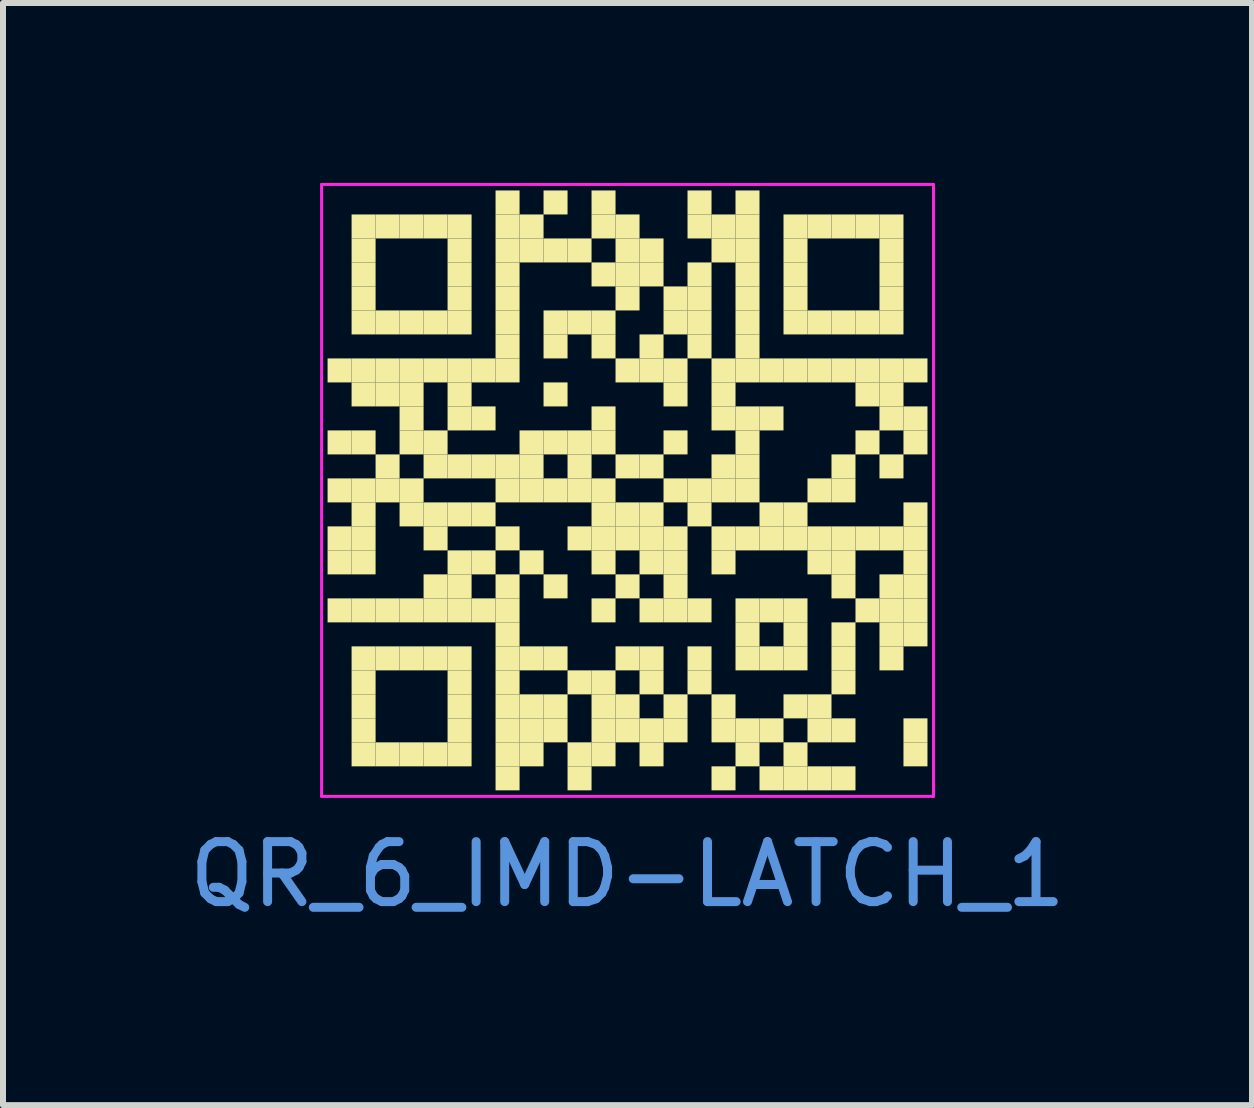
<source format=kicad_pcb>
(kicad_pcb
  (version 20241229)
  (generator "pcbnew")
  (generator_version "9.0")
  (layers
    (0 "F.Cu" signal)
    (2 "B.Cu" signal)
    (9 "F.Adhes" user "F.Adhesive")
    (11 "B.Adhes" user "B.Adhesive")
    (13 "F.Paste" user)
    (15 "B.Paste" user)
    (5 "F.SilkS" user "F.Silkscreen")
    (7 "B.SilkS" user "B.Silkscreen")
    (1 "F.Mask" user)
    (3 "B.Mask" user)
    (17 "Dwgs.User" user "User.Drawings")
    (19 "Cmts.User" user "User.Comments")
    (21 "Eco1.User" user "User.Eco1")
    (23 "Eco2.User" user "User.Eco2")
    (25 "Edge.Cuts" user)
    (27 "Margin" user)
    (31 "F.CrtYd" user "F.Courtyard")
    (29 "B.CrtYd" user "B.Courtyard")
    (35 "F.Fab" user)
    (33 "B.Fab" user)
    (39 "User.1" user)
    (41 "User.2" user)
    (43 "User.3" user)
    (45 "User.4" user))
  (footprint "QR_6_IMD-LATCH_1"
    (layer "F.Cu")
    (at 7.411 5.125)
    (property "Reference" "QR_6_IMD-LATCH_1" (at 0 6.4 0) (layer "Cmts.User") (effects (font (size 1 1) (thickness 0.15))))
    (fp_rect (start -5 -2.2) (end -4.6 -1.8) (stroke (width 0) (type solid)) (fill yes) (layer "F.SilkS"))
    (fp_rect (start -5 -1) (end -4.6 -0.6) (stroke (width 0) (type solid)) (fill yes) (layer "F.SilkS"))
    (fp_rect (start -5 -0.2) (end -4.6 0.2) (stroke (width 0) (type solid)) (fill yes) (layer "F.SilkS"))
    (fp_rect (start -5 0.6) (end -4.6 1) (stroke (width 0) (type solid)) (fill yes) (layer "F.SilkS"))
    (fp_rect (start -5 1) (end -4.6 1.4) (stroke (width 0) (type solid)) (fill yes) (layer "F.SilkS"))
    (fp_rect (start -5 1.8) (end -4.6 2.2) (stroke (width 0) (type solid)) (fill yes) (layer "F.SilkS"))
    (fp_rect (start -4.6 -4.6) (end -4.2 -4.2) (stroke (width 0) (type solid)) (fill yes) (layer "F.SilkS"))
    (fp_rect (start -4.6 -4.2) (end -4.2 -3.8) (stroke (width 0) (type solid)) (fill yes) (layer "F.SilkS"))
    (fp_rect (start -4.6 -3.8) (end -4.2 -3.4) (stroke (width 0) (type solid)) (fill yes) (layer "F.SilkS"))
    (fp_rect (start -4.6 -3.4) (end -4.2 -3) (stroke (width 0) (type solid)) (fill yes) (layer "F.SilkS"))
    (fp_rect (start -4.6 -3) (end -4.2 -2.6) (stroke (width 0) (type solid)) (fill yes) (layer "F.SilkS"))
    (fp_rect (start -4.6 -2.2) (end -4.2 -1.8) (stroke (width 0) (type solid)) (fill yes) (layer "F.SilkS"))
    (fp_rect (start -4.6 -1.8) (end -4.2 -1.4) (stroke (width 0) (type solid)) (fill yes) (layer "F.SilkS"))
    (fp_rect (start -4.6 -1) (end -4.2 -0.6) (stroke (width 0) (type solid)) (fill yes) (layer "F.SilkS"))
    (fp_rect (start -4.6 -0.2) (end -4.2 0.2) (stroke (width 0) (type solid)) (fill yes) (layer "F.SilkS"))
    (fp_rect (start -4.6 0.2) (end -4.2 0.6) (stroke (width 0) (type solid)) (fill yes) (layer "F.SilkS"))
    (fp_rect (start -4.6 0.6) (end -4.2 1) (stroke (width 0) (type solid)) (fill yes) (layer "F.SilkS"))
    (fp_rect (start -4.6 1) (end -4.2 1.4) (stroke (width 0) (type solid)) (fill yes) (layer "F.SilkS"))
    (fp_rect (start -4.6 1.8) (end -4.2 2.2) (stroke (width 0) (type solid)) (fill yes) (layer "F.SilkS"))
    (fp_rect (start -4.6 2.6) (end -4.2 3) (stroke (width 0) (type solid)) (fill yes) (layer "F.SilkS"))
    (fp_rect (start -4.6 3) (end -4.2 3.4) (stroke (width 0) (type solid)) (fill yes) (layer "F.SilkS"))
    (fp_rect (start -4.6 3.4) (end -4.2 3.8) (stroke (width 0) (type solid)) (fill yes) (layer "F.SilkS"))
    (fp_rect (start -4.6 3.8) (end -4.2 4.2) (stroke (width 0) (type solid)) (fill yes) (layer "F.SilkS"))
    (fp_rect (start -4.6 4.2) (end -4.2 4.6) (stroke (width 0) (type solid)) (fill yes) (layer "F.SilkS"))
    (fp_rect (start -4.2 -4.6) (end -3.8 -4.2) (stroke (width 0) (type solid)) (fill yes) (layer "F.SilkS"))
    (fp_rect (start -4.2 -3) (end -3.8 -2.6) (stroke (width 0) (type solid)) (fill yes) (layer "F.SilkS"))
    (fp_rect (start -4.2 -2.2) (end -3.8 -1.8) (stroke (width 0) (type solid)) (fill yes) (layer "F.SilkS"))
    (fp_rect (start -4.2 -1.8) (end -3.8 -1.4) (stroke (width 0) (type solid)) (fill yes) (layer "F.SilkS"))
    (fp_rect (start -4.2 -0.6) (end -3.8 -0.2) (stroke (width 0) (type solid)) (fill yes) (layer "F.SilkS"))
    (fp_rect (start -4.2 -0.2) (end -3.8 0.2) (stroke (width 0) (type solid)) (fill yes) (layer "F.SilkS"))
    (fp_rect (start -4.2 1.8) (end -3.8 2.2) (stroke (width 0) (type solid)) (fill yes) (layer "F.SilkS"))
    (fp_rect (start -4.2 2.6) (end -3.8 3) (stroke (width 0) (type solid)) (fill yes) (layer "F.SilkS"))
    (fp_rect (start -4.2 4.2) (end -3.8 4.6) (stroke (width 0) (type solid)) (fill yes) (layer "F.SilkS"))
    (fp_rect (start -3.8 -4.6) (end -3.4 -4.2) (stroke (width 0) (type solid)) (fill yes) (layer "F.SilkS"))
    (fp_rect (start -3.8 -3) (end -3.4 -2.6) (stroke (width 0) (type solid)) (fill yes) (layer "F.SilkS"))
    (fp_rect (start -3.8 -2.2) (end -3.4 -1.8) (stroke (width 0) (type solid)) (fill yes) (layer "F.SilkS"))
    (fp_rect (start -3.8 -1.8) (end -3.4 -1.4) (stroke (width 0) (type solid)) (fill yes) (layer "F.SilkS"))
    (fp_rect (start -3.8 -1.4) (end -3.4 -1) (stroke (width 0) (type solid)) (fill yes) (layer "F.SilkS"))
    (fp_rect (start -3.8 -1) (end -3.4 -0.6) (stroke (width 0) (type solid)) (fill yes) (layer "F.SilkS"))
    (fp_rect (start -3.8 -0.2) (end -3.4 0.2) (stroke (width 0) (type solid)) (fill yes) (layer "F.SilkS"))
    (fp_rect (start -3.8 0.2) (end -3.4 0.6) (stroke (width 0) (type solid)) (fill yes) (layer "F.SilkS"))
    (fp_rect (start -3.8 1.8) (end -3.4 2.2) (stroke (width 0) (type solid)) (fill yes) (layer "F.SilkS"))
    (fp_rect (start -3.8 2.6) (end -3.4 3) (stroke (width 0) (type solid)) (fill yes) (layer "F.SilkS"))
    (fp_rect (start -3.8 4.2) (end -3.4 4.6) (stroke (width 0) (type solid)) (fill yes) (layer "F.SilkS"))
    (fp_rect (start -3.4 -4.6) (end -3 -4.2) (stroke (width 0) (type solid)) (fill yes) (layer "F.SilkS"))
    (fp_rect (start -3.4 -3) (end -3 -2.6) (stroke (width 0) (type solid)) (fill yes) (layer "F.SilkS"))
    (fp_rect (start -3.4 -2.2) (end -3 -1.8) (stroke (width 0) (type solid)) (fill yes) (layer "F.SilkS"))
    (fp_rect (start -3.4 -1) (end -3 -0.6) (stroke (width 0) (type solid)) (fill yes) (layer "F.SilkS"))
    (fp_rect (start -3.4 -0.6) (end -3 -0.2) (stroke (width 0) (type solid)) (fill yes) (layer "F.SilkS"))
    (fp_rect (start -3.4 0.2) (end -3 0.6) (stroke (width 0) (type solid)) (fill yes) (layer "F.SilkS"))
    (fp_rect (start -3.4 0.6) (end -3 1) (stroke (width 0) (type solid)) (fill yes) (layer "F.SilkS"))
    (fp_rect (start -3.4 1.4) (end -3 1.8) (stroke (width 0) (type solid)) (fill yes) (layer "F.SilkS"))
    (fp_rect (start -3.4 1.8) (end -3 2.2) (stroke (width 0) (type solid)) (fill yes) (layer "F.SilkS"))
    (fp_rect (start -3.4 2.6) (end -3 3) (stroke (width 0) (type solid)) (fill yes) (layer "F.SilkS"))
    (fp_rect (start -3.4 4.2) (end -3 4.6) (stroke (width 0) (type solid)) (fill yes) (layer "F.SilkS"))
    (fp_rect (start -3 -4.6) (end -2.6 -4.2) (stroke (width 0) (type solid)) (fill yes) (layer "F.SilkS"))
    (fp_rect (start -3 -4.2) (end -2.6 -3.8) (stroke (width 0) (type solid)) (fill yes) (layer "F.SilkS"))
    (fp_rect (start -3 -3.8) (end -2.6 -3.4) (stroke (width 0) (type solid)) (fill yes) (layer "F.SilkS"))
    (fp_rect (start -3 -3.4) (end -2.6 -3) (stroke (width 0) (type solid)) (fill yes) (layer "F.SilkS"))
    (fp_rect (start -3 -3) (end -2.6 -2.6) (stroke (width 0) (type solid)) (fill yes) (layer "F.SilkS"))
    (fp_rect (start -3 -2.2) (end -2.6 -1.8) (stroke (width 0) (type solid)) (fill yes) (layer "F.SilkS"))
    (fp_rect (start -3 -1.8) (end -2.6 -1.4) (stroke (width 0) (type solid)) (fill yes) (layer "F.SilkS"))
    (fp_rect (start -3 -1.4) (end -2.6 -1) (stroke (width 0) (type solid)) (fill yes) (layer "F.SilkS"))
    (fp_rect (start -3 -0.6) (end -2.6 -0.2) (stroke (width 0) (type solid)) (fill yes) (layer "F.SilkS"))
    (fp_rect (start -3 0.2) (end -2.6 0.6) (stroke (width 0) (type solid)) (fill yes) (layer "F.SilkS"))
    (fp_rect (start -3 1) (end -2.6 1.4) (stroke (width 0) (type solid)) (fill yes) (layer "F.SilkS"))
    (fp_rect (start -3 1.4) (end -2.6 1.8) (stroke (width 0) (type solid)) (fill yes) (layer "F.SilkS"))
    (fp_rect (start -3 1.8) (end -2.6 2.2) (stroke (width 0) (type solid)) (fill yes) (layer "F.SilkS"))
    (fp_rect (start -3 2.6) (end -2.6 3) (stroke (width 0) (type solid)) (fill yes) (layer "F.SilkS"))
    (fp_rect (start -3 3) (end -2.6 3.4) (stroke (width 0) (type solid)) (fill yes) (layer "F.SilkS"))
    (fp_rect (start -3 3.4) (end -2.6 3.8) (stroke (width 0) (type solid)) (fill yes) (layer "F.SilkS"))
    (fp_rect (start -3 3.8) (end -2.6 4.2) (stroke (width 0) (type solid)) (fill yes) (layer "F.SilkS"))
    (fp_rect (start -3 4.2) (end -2.6 4.6) (stroke (width 0) (type solid)) (fill yes) (layer "F.SilkS"))
    (fp_rect (start -2.6 -2.2) (end -2.2 -1.8) (stroke (width 0) (type solid)) (fill yes) (layer "F.SilkS"))
    (fp_rect (start -2.6 -1.4) (end -2.2 -1) (stroke (width 0) (type solid)) (fill yes) (layer "F.SilkS"))
    (fp_rect (start -2.6 -0.6) (end -2.2 -0.2) (stroke (width 0) (type solid)) (fill yes) (layer "F.SilkS"))
    (fp_rect (start -2.6 0.2) (end -2.2 0.6) (stroke (width 0) (type solid)) (fill yes) (layer "F.SilkS"))
    (fp_rect (start -2.6 1) (end -2.2 1.4) (stroke (width 0) (type solid)) (fill yes) (layer "F.SilkS"))
    (fp_rect (start -2.6 1.8) (end -2.2 2.2) (stroke (width 0) (type solid)) (fill yes) (layer "F.SilkS"))
    (fp_rect (start -2.2 -5) (end -1.8 -4.6) (stroke (width 0) (type solid)) (fill yes) (layer "F.SilkS"))
    (fp_rect (start -2.2 -4.6) (end -1.8 -4.2) (stroke (width 0) (type solid)) (fill yes) (layer "F.SilkS"))
    (fp_rect (start -2.2 -4.2) (end -1.8 -3.8) (stroke (width 0) (type solid)) (fill yes) (layer "F.SilkS"))
    (fp_rect (start -2.2 -3.8) (end -1.8 -3.4) (stroke (width 0) (type solid)) (fill yes) (layer "F.SilkS"))
    (fp_rect (start -2.2 -3.4) (end -1.8 -3) (stroke (width 0) (type solid)) (fill yes) (layer "F.SilkS"))
    (fp_rect (start -2.2 -3) (end -1.8 -2.6) (stroke (width 0) (type solid)) (fill yes) (layer "F.SilkS"))
    (fp_rect (start -2.2 -2.6) (end -1.8 -2.2) (stroke (width 0) (type solid)) (fill yes) (layer "F.SilkS"))
    (fp_rect (start -2.2 -2.2) (end -1.8 -1.8) (stroke (width 0) (type solid)) (fill yes) (layer "F.SilkS"))
    (fp_rect (start -2.2 -0.6) (end -1.8 -0.2) (stroke (width 0) (type solid)) (fill yes) (layer "F.SilkS"))
    (fp_rect (start -2.2 -0.2) (end -1.8 0.2) (stroke (width 0) (type solid)) (fill yes) (layer "F.SilkS"))
    (fp_rect (start -2.2 0.6) (end -1.8 1) (stroke (width 0) (type solid)) (fill yes) (layer "F.SilkS"))
    (fp_rect (start -2.2 1.4) (end -1.8 1.8) (stroke (width 0) (type solid)) (fill yes) (layer "F.SilkS"))
    (fp_rect (start -2.2 1.8) (end -1.8 2.2) (stroke (width 0) (type solid)) (fill yes) (layer "F.SilkS"))
    (fp_rect (start -2.2 2.2) (end -1.8 2.6) (stroke (width 0) (type solid)) (fill yes) (layer "F.SilkS"))
    (fp_rect (start -2.2 2.6) (end -1.8 3) (stroke (width 0) (type solid)) (fill yes) (layer "F.SilkS"))
    (fp_rect (start -2.2 3) (end -1.8 3.4) (stroke (width 0) (type solid)) (fill yes) (layer "F.SilkS"))
    (fp_rect (start -2.2 3.4) (end -1.8 3.8) (stroke (width 0) (type solid)) (fill yes) (layer "F.SilkS"))
    (fp_rect (start -2.2 3.8) (end -1.8 4.2) (stroke (width 0) (type solid)) (fill yes) (layer "F.SilkS"))
    (fp_rect (start -2.2 4.2) (end -1.8 4.6) (stroke (width 0) (type solid)) (fill yes) (layer "F.SilkS"))
    (fp_rect (start -2.2 4.6) (end -1.8 5) (stroke (width 0) (type solid)) (fill yes) (layer "F.SilkS"))
    (fp_rect (start -1.8 -4.6) (end -1.4 -4.2) (stroke (width 0) (type solid)) (fill yes) (layer "F.SilkS"))
    (fp_rect (start -1.8 -4.2) (end -1.4 -3.8) (stroke (width 0) (type solid)) (fill yes) (layer "F.SilkS"))
    (fp_rect (start -1.8 -1) (end -1.4 -0.6) (stroke (width 0) (type solid)) (fill yes) (layer "F.SilkS"))
    (fp_rect (start -1.8 -0.6) (end -1.4 -0.2) (stroke (width 0) (type solid)) (fill yes) (layer "F.SilkS"))
    (fp_rect (start -1.8 -0.2) (end -1.4 0.2) (stroke (width 0) (type solid)) (fill yes) (layer "F.SilkS"))
    (fp_rect (start -1.8 1) (end -1.4 1.4) (stroke (width 0) (type solid)) (fill yes) (layer "F.SilkS"))
    (fp_rect (start -1.8 2.6) (end -1.4 3) (stroke (width 0) (type solid)) (fill yes) (layer "F.SilkS"))
    (fp_rect (start -1.8 3.4) (end -1.4 3.8) (stroke (width 0) (type solid)) (fill yes) (layer "F.SilkS"))
    (fp_rect (start -1.8 3.8) (end -1.4 4.2) (stroke (width 0) (type solid)) (fill yes) (layer "F.SilkS"))
    (fp_rect (start -1.8 4.2) (end -1.4 4.6) (stroke (width 0) (type solid)) (fill yes) (layer "F.SilkS"))
    (fp_rect (start -1.4 -5) (end -1 -4.6) (stroke (width 0) (type solid)) (fill yes) (layer "F.SilkS"))
    (fp_rect (start -1.4 -4.2) (end -1 -3.8) (stroke (width 0) (type solid)) (fill yes) (layer "F.SilkS"))
    (fp_rect (start -1.4 -3) (end -1 -2.6) (stroke (width 0) (type solid)) (fill yes) (layer "F.SilkS"))
    (fp_rect (start -1.4 -2.6) (end -1 -2.2) (stroke (width 0) (type solid)) (fill yes) (layer "F.SilkS"))
    (fp_rect (start -1.4 -1.8) (end -1 -1.4) (stroke (width 0) (type solid)) (fill yes) (layer "F.SilkS"))
    (fp_rect (start -1.4 -1) (end -1 -0.6) (stroke (width 0) (type solid)) (fill yes) (layer "F.SilkS"))
    (fp_rect (start -1.4 -0.2) (end -1 0.2) (stroke (width 0) (type solid)) (fill yes) (layer "F.SilkS"))
    (fp_rect (start -1.4 1.4) (end -1 1.8) (stroke (width 0) (type solid)) (fill yes) (layer "F.SilkS"))
    (fp_rect (start -1.4 2.6) (end -1 3) (stroke (width 0) (type solid)) (fill yes) (layer "F.SilkS"))
    (fp_rect (start -1.4 3.4) (end -1 3.8) (stroke (width 0) (type solid)) (fill yes) (layer "F.SilkS"))
    (fp_rect (start -1.4 3.8) (end -1 4.2) (stroke (width 0) (type solid)) (fill yes) (layer "F.SilkS"))
    (fp_rect (start -1 -4.2) (end -0.6 -3.8) (stroke (width 0) (type solid)) (fill yes) (layer "F.SilkS"))
    (fp_rect (start -1 -3) (end -0.6 -2.6) (stroke (width 0) (type solid)) (fill yes) (layer "F.SilkS"))
    (fp_rect (start -1 -1) (end -0.6 -0.6) (stroke (width 0) (type solid)) (fill yes) (layer "F.SilkS"))
    (fp_rect (start -1 -0.6) (end -0.6 -0.2) (stroke (width 0) (type solid)) (fill yes) (layer "F.SilkS"))
    (fp_rect (start -1 -0.2) (end -0.6 0.2) (stroke (width 0) (type solid)) (fill yes) (layer "F.SilkS"))
    (fp_rect (start -1 0.6) (end -0.6 1) (stroke (width 0) (type solid)) (fill yes) (layer "F.SilkS"))
    (fp_rect (start -1 3) (end -0.6 3.4) (stroke (width 0) (type solid)) (fill yes) (layer "F.SilkS"))
    (fp_rect (start -1 4.2) (end -0.6 4.6) (stroke (width 0) (type solid)) (fill yes) (layer "F.SilkS"))
    (fp_rect (start -1 4.6) (end -0.6 5) (stroke (width 0) (type solid)) (fill yes) (layer "F.SilkS"))
    (fp_rect (start -0.6 -5) (end -0.2 -4.6) (stroke (width 0) (type solid)) (fill yes) (layer "F.SilkS"))
    (fp_rect (start -0.6 -4.6) (end -0.2 -4.2) (stroke (width 0) (type solid)) (fill yes) (layer "F.SilkS"))
    (fp_rect (start -0.6 -3.8) (end -0.2 -3.4) (stroke (width 0) (type solid)) (fill yes) (layer "F.SilkS"))
    (fp_rect (start -0.6 -3) (end -0.2 -2.6) (stroke (width 0) (type solid)) (fill yes) (layer "F.SilkS"))
    (fp_rect (start -0.6 -2.6) (end -0.2 -2.2) (stroke (width 0) (type solid)) (fill yes) (layer "F.SilkS"))
    (fp_rect (start -0.6 -1.4) (end -0.2 -1) (stroke (width 0) (type solid)) (fill yes) (layer "F.SilkS"))
    (fp_rect (start -0.6 -1) (end -0.2 -0.6) (stroke (width 0) (type solid)) (fill yes) (layer "F.SilkS"))
    (fp_rect (start -0.6 -0.2) (end -0.2 0.2) (stroke (width 0) (type solid)) (fill yes) (layer "F.SilkS"))
    (fp_rect (start -0.6 0.2) (end -0.2 0.6) (stroke (width 0) (type solid)) (fill yes) (layer "F.SilkS"))
    (fp_rect (start -0.6 0.6) (end -0.2 1) (stroke (width 0) (type solid)) (fill yes) (layer "F.SilkS"))
    (fp_rect (start -0.6 1) (end -0.2 1.4) (stroke (width 0) (type solid)) (fill yes) (layer "F.SilkS"))
    (fp_rect (start -0.6 1.8) (end -0.2 2.2) (stroke (width 0) (type solid)) (fill yes) (layer "F.SilkS"))
    (fp_rect (start -0.6 3) (end -0.2 3.4) (stroke (width 0) (type solid)) (fill yes) (layer "F.SilkS"))
    (fp_rect (start -0.6 3.4) (end -0.2 3.8) (stroke (width 0) (type solid)) (fill yes) (layer "F.SilkS"))
    (fp_rect (start -0.6 3.8) (end -0.2 4.2) (stroke (width 0) (type solid)) (fill yes) (layer "F.SilkS"))
    (fp_rect (start -0.6 4.2) (end -0.2 4.6) (stroke (width 0) (type solid)) (fill yes) (layer "F.SilkS"))
    (fp_rect (start -0.2 -4.6) (end 0.2 -4.2) (stroke (width 0) (type solid)) (fill yes) (layer "F.SilkS"))
    (fp_rect (start -0.2 -4.2) (end 0.2 -3.8) (stroke (width 0) (type solid)) (fill yes) (layer "F.SilkS"))
    (fp_rect (start -0.2 -3.8) (end 0.2 -3.4) (stroke (width 0) (type solid)) (fill yes) (layer "F.SilkS"))
    (fp_rect (start -0.2 -3.4) (end 0.2 -3) (stroke (width 0) (type solid)) (fill yes) (layer "F.SilkS"))
    (fp_rect (start -0.2 -2.2) (end 0.2 -1.8) (stroke (width 0) (type solid)) (fill yes) (layer "F.SilkS"))
    (fp_rect (start -0.2 -0.6) (end 0.2 -0.2) (stroke (width 0) (type solid)) (fill yes) (layer "F.SilkS"))
    (fp_rect (start -0.2 0.2) (end 0.2 0.6) (stroke (width 0) (type solid)) (fill yes) (layer "F.SilkS"))
    (fp_rect (start -0.2 0.6) (end 0.2 1) (stroke (width 0) (type solid)) (fill yes) (layer "F.SilkS"))
    (fp_rect (start -0.2 1.4) (end 0.2 1.8) (stroke (width 0) (type solid)) (fill yes) (layer "F.SilkS"))
    (fp_rect (start -0.2 2.6) (end 0.2 3) (stroke (width 0) (type solid)) (fill yes) (layer "F.SilkS"))
    (fp_rect (start -0.2 3.4) (end 0.2 3.8) (stroke (width 0) (type solid)) (fill yes) (layer "F.SilkS"))
    (fp_rect (start -0.2 3.8) (end 0.2 4.2) (stroke (width 0) (type solid)) (fill yes) (layer "F.SilkS"))
    (fp_rect (start 0.2 -4.2) (end 0.6 -3.8) (stroke (width 0) (type solid)) (fill yes) (layer "F.SilkS"))
    (fp_rect (start 0.2 -3.8) (end 0.6 -3.4) (stroke (width 0) (type solid)) (fill yes) (layer "F.SilkS"))
    (fp_rect (start 0.2 -2.6) (end 0.6 -2.2) (stroke (width 0) (type solid)) (fill yes) (layer "F.SilkS"))
    (fp_rect (start 0.2 -2.2) (end 0.6 -1.8) (stroke (width 0) (type solid)) (fill yes) (layer "F.SilkS"))
    (fp_rect (start 0.2 -0.6) (end 0.6 -0.2) (stroke (width 0) (type solid)) (fill yes) (layer "F.SilkS"))
    (fp_rect (start 0.2 0.2) (end 0.6 0.6) (stroke (width 0) (type solid)) (fill yes) (layer "F.SilkS"))
    (fp_rect (start 0.2 0.6) (end 0.6 1) (stroke (width 0) (type solid)) (fill yes) (layer "F.SilkS"))
    (fp_rect (start 0.2 1) (end 0.6 1.4) (stroke (width 0) (type solid)) (fill yes) (layer "F.SilkS"))
    (fp_rect (start 0.2 1.8) (end 0.6 2.2) (stroke (width 0) (type solid)) (fill yes) (layer "F.SilkS"))
    (fp_rect (start 0.2 2.6) (end 0.6 3) (stroke (width 0) (type solid)) (fill yes) (layer "F.SilkS"))
    (fp_rect (start 0.2 3) (end 0.6 3.4) (stroke (width 0) (type solid)) (fill yes) (layer "F.SilkS"))
    (fp_rect (start 0.2 3.8) (end 0.6 4.2) (stroke (width 0) (type solid)) (fill yes) (layer "F.SilkS"))
    (fp_rect (start 0.2 4.2) (end 0.6 4.6) (stroke (width 0) (type solid)) (fill yes) (layer "F.SilkS"))
    (fp_rect (start 0.6 -3.4) (end 1 -3) (stroke (width 0) (type solid)) (fill yes) (layer "F.SilkS"))
    (fp_rect (start 0.6 -3) (end 1 -2.6) (stroke (width 0) (type solid)) (fill yes) (layer "F.SilkS"))
    (fp_rect (start 0.6 -2.2) (end 1 -1.8) (stroke (width 0) (type solid)) (fill yes) (layer "F.SilkS"))
    (fp_rect (start 0.6 -1.8) (end 1 -1.4) (stroke (width 0) (type solid)) (fill yes) (layer "F.SilkS"))
    (fp_rect (start 0.6 -1) (end 1 -0.6) (stroke (width 0) (type solid)) (fill yes) (layer "F.SilkS"))
    (fp_rect (start 0.6 -0.2) (end 1 0.2) (stroke (width 0) (type solid)) (fill yes) (layer "F.SilkS"))
    (fp_rect (start 0.6 0.6) (end 1 1) (stroke (width 0) (type solid)) (fill yes) (layer "F.SilkS"))
    (fp_rect (start 0.6 1) (end 1 1.4) (stroke (width 0) (type solid)) (fill yes) (layer "F.SilkS"))
    (fp_rect (start 0.6 1.4) (end 1 1.8) (stroke (width 0) (type solid)) (fill yes) (layer "F.SilkS"))
    (fp_rect (start 0.6 1.8) (end 1 2.2) (stroke (width 0) (type solid)) (fill yes) (layer "F.SilkS"))
    (fp_rect (start 0.6 3.4) (end 1 3.8) (stroke (width 0) (type solid)) (fill yes) (layer "F.SilkS"))
    (fp_rect (start 0.6 3.8) (end 1 4.2) (stroke (width 0) (type solid)) (fill yes) (layer "F.SilkS"))
    (fp_rect (start 1 -5) (end 1.4 -4.6) (stroke (width 0) (type solid)) (fill yes) (layer "F.SilkS"))
    (fp_rect (start 1 -4.6) (end 1.4 -4.2) (stroke (width 0) (type solid)) (fill yes) (layer "F.SilkS"))
    (fp_rect (start 1 -3.8) (end 1.4 -3.4) (stroke (width 0) (type solid)) (fill yes) (layer "F.SilkS"))
    (fp_rect (start 1 -3.4) (end 1.4 -3) (stroke (width 0) (type solid)) (fill yes) (layer "F.SilkS"))
    (fp_rect (start 1 -3) (end 1.4 -2.6) (stroke (width 0) (type solid)) (fill yes) (layer "F.SilkS"))
    (fp_rect (start 1 -2.6) (end 1.4 -2.2) (stroke (width 0) (type solid)) (fill yes) (layer "F.SilkS"))
    (fp_rect (start 1 -0.2) (end 1.4 0.2) (stroke (width 0) (type solid)) (fill yes) (layer "F.SilkS"))
    (fp_rect (start 1 0.2) (end 1.4 0.6) (stroke (width 0) (type solid)) (fill yes) (layer "F.SilkS"))
    (fp_rect (start 1 1.8) (end 1.4 2.2) (stroke (width 0) (type solid)) (fill yes) (layer "F.SilkS"))
    (fp_rect (start 1 2.6) (end 1.4 3) (stroke (width 0) (type solid)) (fill yes) (layer "F.SilkS"))
    (fp_rect (start 1 3) (end 1.4 3.4) (stroke (width 0) (type solid)) (fill yes) (layer "F.SilkS"))
    (fp_rect (start 1.4 -4.6) (end 1.8 -4.2) (stroke (width 0) (type solid)) (fill yes) (layer "F.SilkS"))
    (fp_rect (start 1.4 -4.2) (end 1.8 -3.8) (stroke (width 0) (type solid)) (fill yes) (layer "F.SilkS"))
    (fp_rect (start 1.4 -2.2) (end 1.8 -1.8) (stroke (width 0) (type solid)) (fill yes) (layer "F.SilkS"))
    (fp_rect (start 1.4 -1.8) (end 1.8 -1.4) (stroke (width 0) (type solid)) (fill yes) (layer "F.SilkS"))
    (fp_rect (start 1.4 -1.4) (end 1.8 -1) (stroke (width 0) (type solid)) (fill yes) (layer "F.SilkS"))
    (fp_rect (start 1.4 -0.6) (end 1.8 -0.2) (stroke (width 0) (type solid)) (fill yes) (layer "F.SilkS"))
    (fp_rect (start 1.4 -0.2) (end 1.8 0.2) (stroke (width 0) (type solid)) (fill yes) (layer "F.SilkS"))
    (fp_rect (start 1.4 0.6) (end 1.8 1) (stroke (width 0) (type solid)) (fill yes) (layer "F.SilkS"))
    (fp_rect (start 1.4 1) (end 1.8 1.4) (stroke (width 0) (type solid)) (fill yes) (layer "F.SilkS"))
    (fp_rect (start 1.4 3.4) (end 1.8 3.8) (stroke (width 0) (type solid)) (fill yes) (layer "F.SilkS"))
    (fp_rect (start 1.4 3.8) (end 1.8 4.2) (stroke (width 0) (type solid)) (fill yes) (layer "F.SilkS"))
    (fp_rect (start 1.4 4.6) (end 1.8 5) (stroke (width 0) (type solid)) (fill yes) (layer "F.SilkS"))
    (fp_rect (start 1.8 -5) (end 2.2 -4.6) (stroke (width 0) (type solid)) (fill yes) (layer "F.SilkS"))
    (fp_rect (start 1.8 -4.6) (end 2.2 -4.2) (stroke (width 0) (type solid)) (fill yes) (layer "F.SilkS"))
    (fp_rect (start 1.8 -4.2) (end 2.2 -3.8) (stroke (width 0) (type solid)) (fill yes) (layer "F.SilkS"))
    (fp_rect (start 1.8 -3.8) (end 2.2 -3.4) (stroke (width 0) (type solid)) (fill yes) (layer "F.SilkS"))
    (fp_rect (start 1.8 -3.4) (end 2.2 -3) (stroke (width 0) (type solid)) (fill yes) (layer "F.SilkS"))
    (fp_rect (start 1.8 -3) (end 2.2 -2.6) (stroke (width 0) (type solid)) (fill yes) (layer "F.SilkS"))
    (fp_rect (start 1.8 -2.6) (end 2.2 -2.2) (stroke (width 0) (type solid)) (fill yes) (layer "F.SilkS"))
    (fp_rect (start 1.8 -2.2) (end 2.2 -1.8) (stroke (width 0) (type solid)) (fill yes) (layer "F.SilkS"))
    (fp_rect (start 1.8 -1.4) (end 2.2 -1) (stroke (width 0) (type solid)) (fill yes) (layer "F.SilkS"))
    (fp_rect (start 1.8 -1) (end 2.2 -0.6) (stroke (width 0) (type solid)) (fill yes) (layer "F.SilkS"))
    (fp_rect (start 1.8 -0.6) (end 2.2 -0.2) (stroke (width 0) (type solid)) (fill yes) (layer "F.SilkS"))
    (fp_rect (start 1.8 -0.2) (end 2.2 0.2) (stroke (width 0) (type solid)) (fill yes) (layer "F.SilkS"))
    (fp_rect (start 1.8 0.6) (end 2.2 1) (stroke (width 0) (type solid)) (fill yes) (layer "F.SilkS"))
    (fp_rect (start 1.8 1.8) (end 2.2 2.2) (stroke (width 0) (type solid)) (fill yes) (layer "F.SilkS"))
    (fp_rect (start 1.8 2.2) (end 2.2 2.6) (stroke (width 0) (type solid)) (fill yes) (layer "F.SilkS"))
    (fp_rect (start 1.8 2.6) (end 2.2 3) (stroke (width 0) (type solid)) (fill yes) (layer "F.SilkS"))
    (fp_rect (start 1.8 3.8) (end 2.2 4.2) (stroke (width 0) (type solid)) (fill yes) (layer "F.SilkS"))
    (fp_rect (start 1.8 4.2) (end 2.2 4.6) (stroke (width 0) (type solid)) (fill yes) (layer "F.SilkS"))
    (fp_rect (start 2.2 -2.2) (end 2.6 -1.8) (stroke (width 0) (type solid)) (fill yes) (layer "F.SilkS"))
    (fp_rect (start 2.2 -1.4) (end 2.6 -1) (stroke (width 0) (type solid)) (fill yes) (layer "F.SilkS"))
    (fp_rect (start 2.2 0.2) (end 2.6 0.6) (stroke (width 0) (type solid)) (fill yes) (layer "F.SilkS"))
    (fp_rect (start 2.2 0.6) (end 2.6 1) (stroke (width 0) (type solid)) (fill yes) (layer "F.SilkS"))
    (fp_rect (start 2.2 1.8) (end 2.6 2.2) (stroke (width 0) (type solid)) (fill yes) (layer "F.SilkS"))
    (fp_rect (start 2.2 2.6) (end 2.6 3) (stroke (width 0) (type solid)) (fill yes) (layer "F.SilkS"))
    (fp_rect (start 2.2 3.8) (end 2.6 4.2) (stroke (width 0) (type solid)) (fill yes) (layer "F.SilkS"))
    (fp_rect (start 2.2 4.6) (end 2.6 5) (stroke (width 0) (type solid)) (fill yes) (layer "F.SilkS"))
    (fp_rect (start 2.6 -4.6) (end 3 -4.2) (stroke (width 0) (type solid)) (fill yes) (layer "F.SilkS"))
    (fp_rect (start 2.6 -4.2) (end 3 -3.8) (stroke (width 0) (type solid)) (fill yes) (layer "F.SilkS"))
    (fp_rect (start 2.6 -3.8) (end 3 -3.4) (stroke (width 0) (type solid)) (fill yes) (layer "F.SilkS"))
    (fp_rect (start 2.6 -3.4) (end 3 -3) (stroke (width 0) (type solid)) (fill yes) (layer "F.SilkS"))
    (fp_rect (start 2.6 -3) (end 3 -2.6) (stroke (width 0) (type solid)) (fill yes) (layer "F.SilkS"))
    (fp_rect (start 2.6 -2.2) (end 3 -1.8) (stroke (width 0) (type solid)) (fill yes) (layer "F.SilkS"))
    (fp_rect (start 2.6 0.2) (end 3 0.6) (stroke (width 0) (type solid)) (fill yes) (layer "F.SilkS"))
    (fp_rect (start 2.6 0.6) (end 3 1) (stroke (width 0) (type solid)) (fill yes) (layer "F.SilkS"))
    (fp_rect (start 2.6 1.8) (end 3 2.2) (stroke (width 0) (type solid)) (fill yes) (layer "F.SilkS"))
    (fp_rect (start 2.6 2.2) (end 3 2.6) (stroke (width 0) (type solid)) (fill yes) (layer "F.SilkS"))
    (fp_rect (start 2.6 2.6) (end 3 3) (stroke (width 0) (type solid)) (fill yes) (layer "F.SilkS"))
    (fp_rect (start 2.6 3.4) (end 3 3.8) (stroke (width 0) (type solid)) (fill yes) (layer "F.SilkS"))
    (fp_rect (start 2.6 4.2) (end 3 4.6) (stroke (width 0) (type solid)) (fill yes) (layer "F.SilkS"))
    (fp_rect (start 2.6 4.6) (end 3 5) (stroke (width 0) (type solid)) (fill yes) (layer "F.SilkS"))
    (fp_rect (start 3 -4.6) (end 3.4 -4.2) (stroke (width 0) (type solid)) (fill yes) (layer "F.SilkS"))
    (fp_rect (start 3 -3) (end 3.4 -2.6) (stroke (width 0) (type solid)) (fill yes) (layer "F.SilkS"))
    (fp_rect (start 3 -2.2) (end 3.4 -1.8) (stroke (width 0) (type solid)) (fill yes) (layer "F.SilkS"))
    (fp_rect (start 3 -0.2) (end 3.4 0.2) (stroke (width 0) (type solid)) (fill yes) (layer "F.SilkS"))
    (fp_rect (start 3 0.6) (end 3.4 1) (stroke (width 0) (type solid)) (fill yes) (layer "F.SilkS"))
    (fp_rect (start 3 1) (end 3.4 1.4) (stroke (width 0) (type solid)) (fill yes) (layer "F.SilkS"))
    (fp_rect (start 3 3.4) (end 3.4 3.8) (stroke (width 0) (type solid)) (fill yes) (layer "F.SilkS"))
    (fp_rect (start 3 3.8) (end 3.4 4.2) (stroke (width 0) (type solid)) (fill yes) (layer "F.SilkS"))
    (fp_rect (start 3 4.6) (end 3.4 5) (stroke (width 0) (type solid)) (fill yes) (layer "F.SilkS"))
    (fp_rect (start 3.4 -4.6) (end 3.8 -4.2) (stroke (width 0) (type solid)) (fill yes) (layer "F.SilkS"))
    (fp_rect (start 3.4 -3) (end 3.8 -2.6) (stroke (width 0) (type solid)) (fill yes) (layer "F.SilkS"))
    (fp_rect (start 3.4 -2.2) (end 3.8 -1.8) (stroke (width 0) (type solid)) (fill yes) (layer "F.SilkS"))
    (fp_rect (start 3.4 -0.6) (end 3.8 -0.2) (stroke (width 0) (type solid)) (fill yes) (layer "F.SilkS"))
    (fp_rect (start 3.4 -0.2) (end 3.8 0.2) (stroke (width 0) (type solid)) (fill yes) (layer "F.SilkS"))
    (fp_rect (start 3.4 0.6) (end 3.8 1) (stroke (width 0) (type solid)) (fill yes) (layer "F.SilkS"))
    (fp_rect (start 3.4 1) (end 3.8 1.4) (stroke (width 0) (type solid)) (fill yes) (layer "F.SilkS"))
    (fp_rect (start 3.4 1.4) (end 3.8 1.8) (stroke (width 0) (type solid)) (fill yes) (layer "F.SilkS"))
    (fp_rect (start 3.4 2.2) (end 3.8 2.6) (stroke (width 0) (type solid)) (fill yes) (layer "F.SilkS"))
    (fp_rect (start 3.4 2.6) (end 3.8 3) (stroke (width 0) (type solid)) (fill yes) (layer "F.SilkS"))
    (fp_rect (start 3.4 3) (end 3.8 3.4) (stroke (width 0) (type solid)) (fill yes) (layer "F.SilkS"))
    (fp_rect (start 3.4 3.8) (end 3.8 4.2) (stroke (width 0) (type solid)) (fill yes) (layer "F.SilkS"))
    (fp_rect (start 3.4 4.6) (end 3.8 5) (stroke (width 0) (type solid)) (fill yes) (layer "F.SilkS"))
    (fp_rect (start 3.8 -4.6) (end 4.2 -4.2) (stroke (width 0) (type solid)) (fill yes) (layer "F.SilkS"))
    (fp_rect (start 3.8 -3) (end 4.2 -2.6) (stroke (width 0) (type solid)) (fill yes) (layer "F.SilkS"))
    (fp_rect (start 3.8 -2.2) (end 4.2 -1.8) (stroke (width 0) (type solid)) (fill yes) (layer "F.SilkS"))
    (fp_rect (start 3.8 -1.8) (end 4.2 -1.4) (stroke (width 0) (type solid)) (fill yes) (layer "F.SilkS"))
    (fp_rect (start 3.8 -1) (end 4.2 -0.6) (stroke (width 0) (type solid)) (fill yes) (layer "F.SilkS"))
    (fp_rect (start 3.8 0.6) (end 4.2 1) (stroke (width 0) (type solid)) (fill yes) (layer "F.SilkS"))
    (fp_rect (start 3.8 1.8) (end 4.2 2.2) (stroke (width 0) (type solid)) (fill yes) (layer "F.SilkS"))
    (fp_rect (start 4.2 -4.6) (end 4.6 -4.2) (stroke (width 0) (type solid)) (fill yes) (layer "F.SilkS"))
    (fp_rect (start 4.2 -4.2) (end 4.6 -3.8) (stroke (width 0) (type solid)) (fill yes) (layer "F.SilkS"))
    (fp_rect (start 4.2 -3.8) (end 4.6 -3.4) (stroke (width 0) (type solid)) (fill yes) (layer "F.SilkS"))
    (fp_rect (start 4.2 -3.4) (end 4.6 -3) (stroke (width 0) (type solid)) (fill yes) (layer "F.SilkS"))
    (fp_rect (start 4.2 -3) (end 4.6 -2.6) (stroke (width 0) (type solid)) (fill yes) (layer "F.SilkS"))
    (fp_rect (start 4.2 -2.2) (end 4.6 -1.8) (stroke (width 0) (type solid)) (fill yes) (layer "F.SilkS"))
    (fp_rect (start 4.2 -1.8) (end 4.6 -1.4) (stroke (width 0) (type solid)) (fill yes) (layer "F.SilkS"))
    (fp_rect (start 4.2 -1.4) (end 4.6 -1) (stroke (width 0) (type solid)) (fill yes) (layer "F.SilkS"))
    (fp_rect (start 4.2 -0.6) (end 4.6 -0.2) (stroke (width 0) (type solid)) (fill yes) (layer "F.SilkS"))
    (fp_rect (start 4.2 0.6) (end 4.6 1) (stroke (width 0) (type solid)) (fill yes) (layer "F.SilkS"))
    (fp_rect (start 4.2 1.4) (end 4.6 1.8) (stroke (width 0) (type solid)) (fill yes) (layer "F.SilkS"))
    (fp_rect (start 4.2 1.8) (end 4.6 2.2) (stroke (width 0) (type solid)) (fill yes) (layer "F.SilkS"))
    (fp_rect (start 4.2 2.2) (end 4.6 2.6) (stroke (width 0) (type solid)) (fill yes) (layer "F.SilkS"))
    (fp_rect (start 4.2 2.6) (end 4.6 3) (stroke (width 0) (type solid)) (fill yes) (layer "F.SilkS"))
    (fp_rect (start 4.6 -2.2) (end 5 -1.8) (stroke (width 0) (type solid)) (fill yes) (layer "F.SilkS"))
    (fp_rect (start 4.6 -1.4) (end 5 -1) (stroke (width 0) (type solid)) (fill yes) (layer "F.SilkS"))
    (fp_rect (start 4.6 -1) (end 5 -0.6) (stroke (width 0) (type solid)) (fill yes) (layer "F.SilkS"))
    (fp_rect (start 4.6 0.2) (end 5 0.6) (stroke (width 0) (type solid)) (fill yes) (layer "F.SilkS"))
    (fp_rect (start 4.6 0.6) (end 5 1) (stroke (width 0) (type solid)) (fill yes) (layer "F.SilkS"))
    (fp_rect (start 4.6 1) (end 5 1.4) (stroke (width 0) (type solid)) (fill yes) (layer "F.SilkS"))
    (fp_rect (start 4.6 1.4) (end 5 1.8) (stroke (width 0) (type solid)) (fill yes) (layer "F.SilkS"))
    (fp_rect (start 4.6 1.8) (end 5 2.2) (stroke (width 0) (type solid)) (fill yes) (layer "F.SilkS"))
    (fp_rect (start 4.6 2.2) (end 5 2.6) (stroke (width 0) (type solid)) (fill yes) (layer "F.SilkS"))
    (fp_rect (start 4.6 3.8) (end 5 4.2) (stroke (width 0) (type solid)) (fill yes) (layer "F.SilkS"))
    (fp_rect (start 4.6 4.2) (end 5 4.6) (stroke (width 0) (type solid)) (fill yes) (layer "F.SilkS"))
    (fp_line (start -5.1 -5.1) (end 5.1 -5.1) (stroke (width 0.05) (type solid)) (layer "F.CrtYd"))
    (fp_line (start -5.1 5.1) (end -5.1 -5.1) (stroke (width 0.05) (type solid)) (layer "F.CrtYd"))
    (fp_line (start 5.1 -5.1) (end 5.1 5.1) (stroke (width 0.05) (type solid)) (layer "F.CrtYd"))
    (fp_line (start 5.1 5.1) (end -5.1 5.1) (stroke (width 0.05) (type solid)) (layer "F.CrtYd")))
  (gr_rect
    (start -3 -3)
    (end 17.821 15.373)
    (stroke (width 0.1) (type default))
    (fill no)
    (layer "Edge.Cuts")))
</source>
